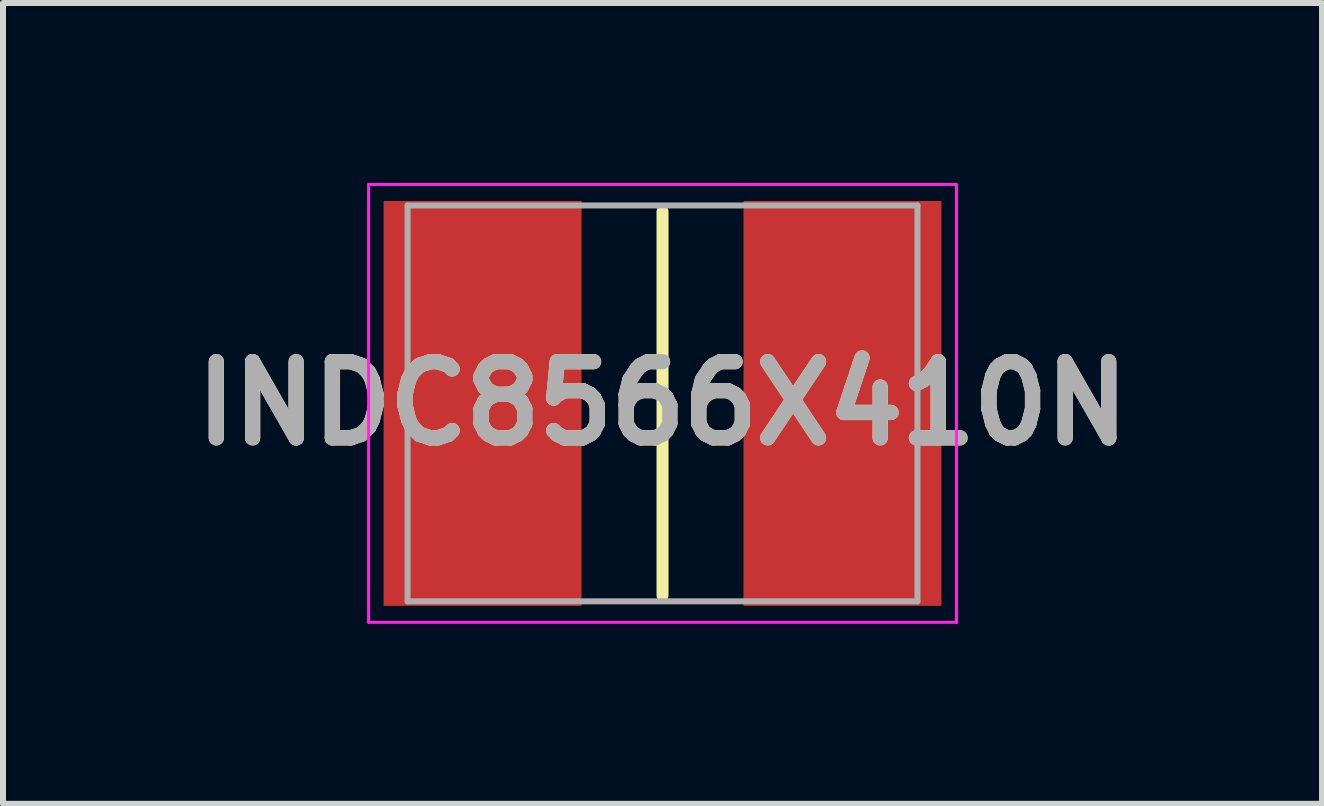
<source format=kicad_pcb>
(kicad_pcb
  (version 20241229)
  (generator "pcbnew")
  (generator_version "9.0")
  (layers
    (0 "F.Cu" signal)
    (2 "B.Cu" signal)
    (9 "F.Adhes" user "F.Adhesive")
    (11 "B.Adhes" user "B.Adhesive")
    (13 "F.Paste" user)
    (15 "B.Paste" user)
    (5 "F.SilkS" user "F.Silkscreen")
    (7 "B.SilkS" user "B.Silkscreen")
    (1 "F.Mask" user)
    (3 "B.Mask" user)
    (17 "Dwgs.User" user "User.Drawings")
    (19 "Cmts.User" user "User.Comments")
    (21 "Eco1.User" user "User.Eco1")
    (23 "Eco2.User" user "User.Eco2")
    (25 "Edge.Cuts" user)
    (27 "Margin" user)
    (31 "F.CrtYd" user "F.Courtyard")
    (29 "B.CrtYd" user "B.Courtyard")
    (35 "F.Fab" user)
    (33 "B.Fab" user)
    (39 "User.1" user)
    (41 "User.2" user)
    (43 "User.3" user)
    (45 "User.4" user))
  (footprint "INDC8566X410N"
    (layer "F.Cu")
    (at 7.995 3.675)
    (property "Reference" "INDC8566X410N" (at 0 0 0) (layer "F.SilkS") (effects (font (size 1.27 1.27) (thickness 0.254))))
    (attr smd)
    (fp_line (start 0 -3.2) (end 0 3.2) (stroke (width 0.2) (type solid)) (layer "F.SilkS"))
    (fp_line (start -4.9 -3.65) (end 4.9 -3.65) (stroke (width 0.05) (type solid)) (layer "F.CrtYd"))
    (fp_line (start -4.9 3.65) (end -4.9 -3.65) (stroke (width 0.05) (type solid)) (layer "F.CrtYd"))
    (fp_line (start 4.9 -3.65) (end 4.9 3.65) (stroke (width 0.05) (type solid)) (layer "F.CrtYd"))
    (fp_line (start 4.9 3.65) (end -4.9 3.65) (stroke (width 0.05) (type solid)) (layer "F.CrtYd"))
    (fp_line (start -4.25 -3.3) (end 4.25 -3.3) (stroke (width 0.1) (type solid)) (layer "F.Fab"))
    (fp_line (start -4.25 3.3) (end -4.25 -3.3) (stroke (width 0.1) (type solid)) (layer "F.Fab"))
    (fp_line (start 4.25 -3.3) (end 4.25 3.3) (stroke (width 0.1) (type solid)) (layer "F.Fab"))
    (fp_line (start 4.25 3.3) (end -4.25 3.3) (stroke (width 0.1) (type solid)) (layer "F.Fab"))
    (fp_text user "${REFERENCE}" (at 0 0 0) (layer "F.Fab") (effects (font (size 1.27 1.27) (thickness 0.254))))
    (pad "1" smd rect (at -3 0) (size 3.3 6.75) (layers "F.Cu" "F.Mask" "F.Paste"))
    (pad "2" smd rect (at 3 0) (size 3.3 6.75) (layers "F.Cu" "F.Mask" "F.Paste")))
  (gr_rect
    (start -3 -3)
    (end 18.99 10.35)
    (stroke (width 0.1) (type default))
    (fill no)
    (layer "Edge.Cuts")))
</source>
